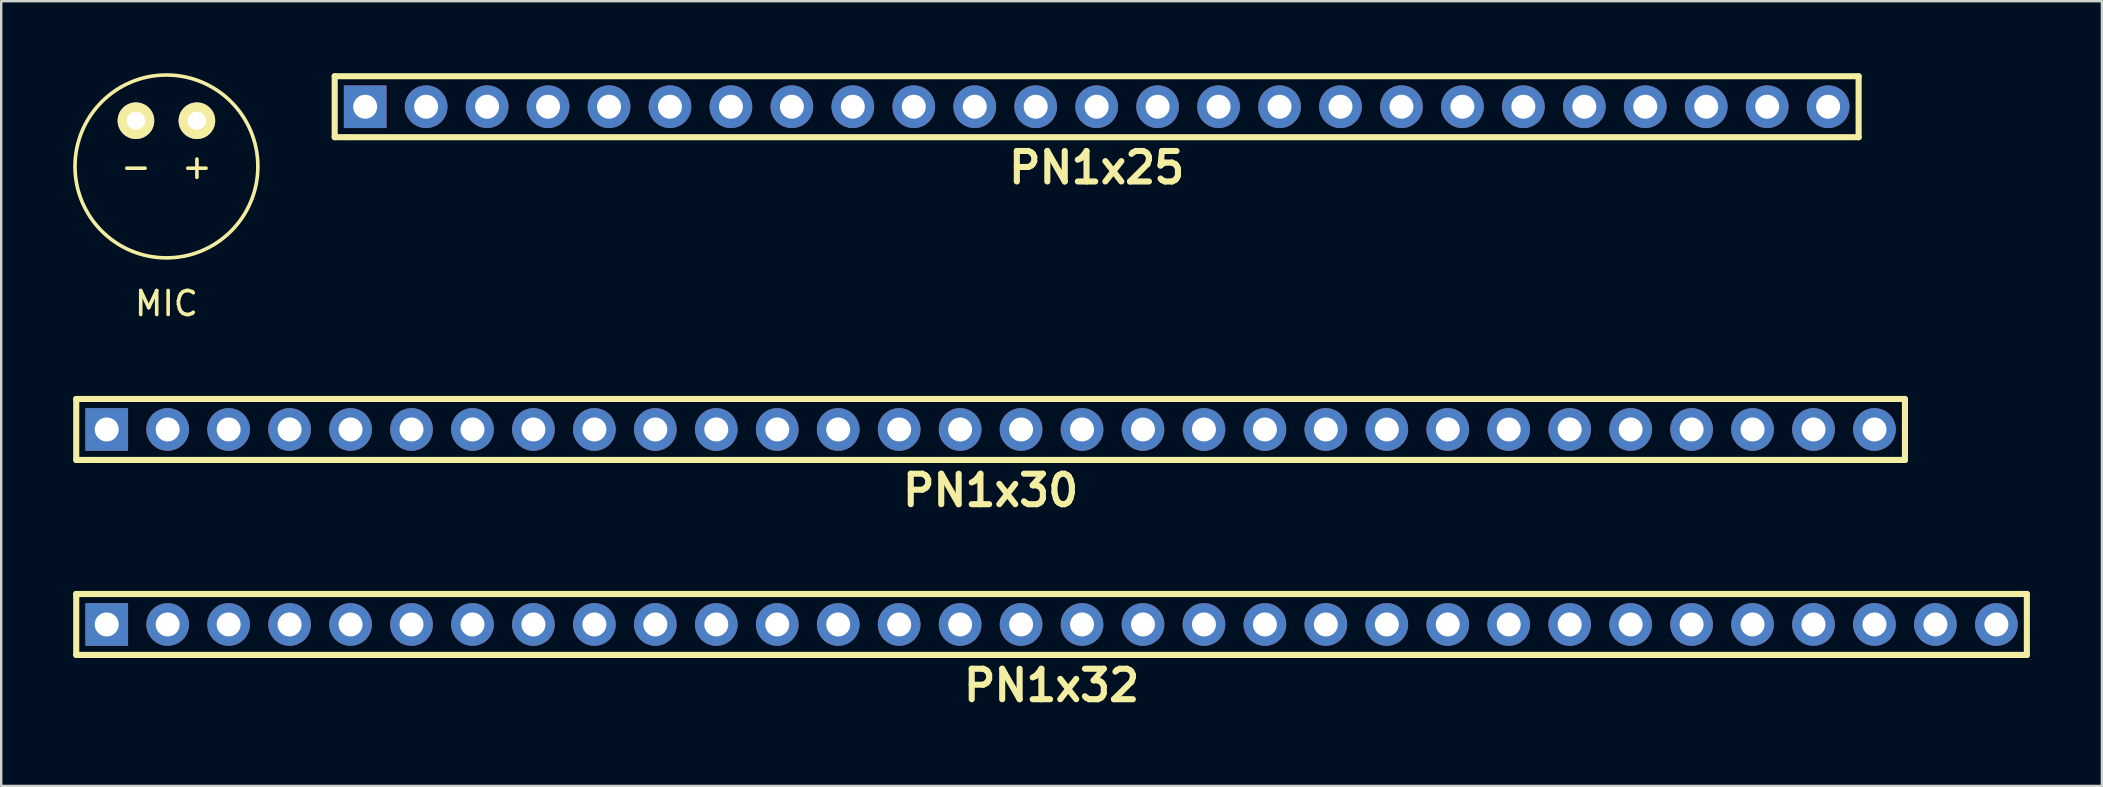
<source format=kicad_pcb>
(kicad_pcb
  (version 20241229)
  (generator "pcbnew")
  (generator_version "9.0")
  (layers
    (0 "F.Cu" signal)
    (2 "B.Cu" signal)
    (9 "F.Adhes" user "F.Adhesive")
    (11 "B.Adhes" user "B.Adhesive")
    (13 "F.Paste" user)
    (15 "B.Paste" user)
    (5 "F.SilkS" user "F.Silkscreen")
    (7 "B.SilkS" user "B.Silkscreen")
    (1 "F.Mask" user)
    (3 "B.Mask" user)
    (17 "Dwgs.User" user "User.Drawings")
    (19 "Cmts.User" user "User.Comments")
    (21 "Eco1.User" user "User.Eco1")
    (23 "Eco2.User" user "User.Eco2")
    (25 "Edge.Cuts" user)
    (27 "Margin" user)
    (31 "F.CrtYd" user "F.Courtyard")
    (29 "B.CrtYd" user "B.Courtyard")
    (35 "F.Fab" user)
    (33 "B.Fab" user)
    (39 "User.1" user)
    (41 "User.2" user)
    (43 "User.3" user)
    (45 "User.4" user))
  (footprint "PN1x32"
    (layer "F.Cu")
    (at 40.767 22.971)
    (property "Reference" "PN1x32" (at 0 2.54 0) (layer "F.SilkS") (effects (font (size 1.27 1.27) (thickness 0.254))))
    (attr smd)
    (fp_line (start -40.64 -1.27) (end -40.64 1.27) (stroke (width 0.254) (type solid)) (layer "F.SilkS"))
    (fp_line (start -40.64 -1.27) (end 40.64 -1.27) (stroke (width 0.254) (type solid)) (layer "F.SilkS"))
    (fp_line (start -40.132 1.27) (end -40.64 1.27) (stroke (width 0.254) (type solid)) (layer "F.SilkS"))
    (fp_line (start 40.64 -1.27) (end 40.64 1.27) (stroke (width 0.254) (type solid)) (layer "F.SilkS"))
    (fp_line (start 40.64 1.27) (end -40.132 1.27) (stroke (width 0.254) (type solid)) (layer "F.SilkS"))
    (pad "1" thru_hole rect (at -39.37 0) (size 1.778 1.778) (drill 1) (layers "*.Cu" "*.Mask"))
    (pad "2" thru_hole circle (at -36.83 0) (size 1.778 1.778) (drill 1) (layers "*.Cu" "*.Mask"))
    (pad "3" thru_hole circle (at -34.29 0) (size 1.778 1.778) (drill 1) (layers "*.Cu" "*.Mask"))
    (pad "4" thru_hole circle (at -31.75 0) (size 1.778 1.778) (drill 1) (layers "*.Cu" "*.Mask"))
    (pad "5" thru_hole circle (at -29.21 0) (size 1.778 1.778) (drill 1) (layers "*.Cu" "*.Mask"))
    (pad "6" thru_hole circle (at -26.67 0) (size 1.778 1.778) (drill 1) (layers "*.Cu" "*.Mask"))
    (pad "7" thru_hole circle (at -24.13 0) (size 1.778 1.778) (drill 1) (layers "*.Cu" "*.Mask"))
    (pad "8" thru_hole circle (at -21.59 0) (size 1.778 1.778) (drill 1) (layers "*.Cu" "*.Mask"))
    (pad "9" thru_hole circle (at -19.05 0) (size 1.778 1.778) (drill 1) (layers "*.Cu" "*.Mask"))
    (pad "10" thru_hole circle (at -16.51 0) (size 1.778 1.778) (drill 1) (layers "*.Cu" "*.Mask"))
    (pad "11" thru_hole circle (at -13.97 0) (size 1.778 1.778) (drill 1) (layers "*.Cu" "*.Mask"))
    (pad "12" thru_hole circle (at -11.43 0) (size 1.778 1.778) (drill 1) (layers "*.Cu" "*.Mask"))
    (pad "13" thru_hole circle (at -8.89 0) (size 1.778 1.778) (drill 1) (layers "*.Cu" "*.Mask"))
    (pad "14" thru_hole circle (at -6.35 0) (size 1.778 1.778) (drill 1) (layers "*.Cu" "*.Mask"))
    (pad "15" thru_hole circle (at -3.81 0) (size 1.778 1.778) (drill 1) (layers "*.Cu" "*.Mask"))
    (pad "16" thru_hole circle (at -1.27 0) (size 1.778 1.778) (drill 1) (layers "*.Cu" "*.Mask"))
    (pad "17" thru_hole circle (at 1.27 0) (size 1.778 1.778) (drill 1) (layers "*.Cu" "*.Mask"))
    (pad "18" thru_hole circle (at 3.81 0) (size 1.778 1.778) (drill 1) (layers "*.Cu" "*.Mask"))
    (pad "19" thru_hole circle (at 6.35 0) (size 1.778 1.778) (drill 1) (layers "*.Cu" "*.Mask"))
    (pad "20" thru_hole circle (at 8.89 0) (size 1.778 1.778) (drill 1) (layers "*.Cu" "*.Mask"))
    (pad "21" thru_hole circle (at 11.43 0) (size 1.778 1.778) (drill 1) (layers "*.Cu" "*.Mask"))
    (pad "22" thru_hole circle (at 13.97 0) (size 1.778 1.778) (drill 1) (layers "*.Cu" "*.Mask"))
    (pad "23" thru_hole circle (at 16.51 0) (size 1.778 1.778) (drill 1) (layers "*.Cu" "*.Mask"))
    (pad "24" thru_hole circle (at 19.05 0) (size 1.778 1.778) (drill 1) (layers "*.Cu" "*.Mask"))
    (pad "25" thru_hole circle (at 21.59 0) (size 1.778 1.778) (drill 1) (layers "*.Cu" "*.Mask"))
    (pad "26" thru_hole circle (at 24.13 0) (size 1.778 1.778) (drill 1) (layers "*.Cu" "*.Mask"))
    (pad "27" thru_hole circle (at 26.67 0) (size 1.778 1.778) (drill 1) (layers "*.Cu" "*.Mask"))
    (pad "28" thru_hole circle (at 29.21 0) (size 1.778 1.778) (drill 1) (layers "*.Cu" "*.Mask"))
    (pad "29" thru_hole circle (at 31.75 0) (size 1.778 1.778) (drill 1) (layers "*.Cu" "*.Mask"))
    (pad "30" thru_hole circle (at 34.29 0) (size 1.778 1.778) (drill 1) (layers "*.Cu" "*.Mask"))
    (pad "31" thru_hole circle (at 36.83 0) (size 1.778 1.778) (drill 1) (layers "*.Cu" "*.Mask"))
    (pad "32" thru_hole circle (at 39.37 0) (size 1.778 1.778) (drill 1) (layers "*.Cu" "*.Mask")))
  (footprint "MIC"
    (layer "F.Cu")
    (at 3.885 3.885)
    (property "Reference" "MIC" (at 0 5.715 0) (layer "F.SilkS") (effects (font (size 1 1) (thickness 0.15))))
    (attr smd)
    (fp_circle (center 0 0) (end 3.81 0) (stroke (width 0.15) (type solid)) (fill no) (layer "F.SilkS"))
    (fp_text user "+" (at 1.27 0 0) (layer "F.SilkS") (effects (font (size 1 1) (thickness 0.15))))
    (fp_text user "-" (at -1.27 0 0) (layer "F.SilkS") (effects (font (size 1 1) (thickness 0.15))))
    (pad "1" thru_hole circle (at -1.27 -1.905) (size 1.524 1.524) (drill 0.762) (layers "*.Cu" "*.Mask" "F.SilkS"))
    (pad "2" thru_hole circle (at 1.27 -1.905) (size 1.524 1.524) (drill 0.762) (layers "*.Cu" "*.Mask" "F.SilkS")))
  (footprint "PN1x25"
    (layer "F.Cu")
    (at 42.647 1.397)
    (property "Reference" "PN1x25" (at 0 2.54 0) (layer "F.SilkS") (effects (font (size 1.27 1.27) (thickness 0.254))))
    (attr smd)
    (fp_line (start -31.75 -1.27) (end -31.75 1.27) (stroke (width 0.254) (type solid)) (layer "F.SilkS"))
    (fp_line (start -31.75 -1.27) (end 31.75 -1.27) (stroke (width 0.254) (type solid)) (layer "F.SilkS"))
    (fp_line (start -31.242 1.27) (end -31.75 1.27) (stroke (width 0.254) (type solid)) (layer "F.SilkS"))
    (fp_line (start 31.75 -1.27) (end 31.75 1.27) (stroke (width 0.254) (type solid)) (layer "F.SilkS"))
    (fp_line (start 31.75 1.27) (end -31.242 1.27) (stroke (width 0.254) (type solid)) (layer "F.SilkS"))
    (pad "1" thru_hole rect (at -30.48 0) (size 1.778 1.778) (drill 1) (layers "*.Cu" "*.Mask"))
    (pad "2" thru_hole circle (at -27.94 0) (size 1.778 1.778) (drill 1) (layers "*.Cu" "*.Mask"))
    (pad "3" thru_hole circle (at -25.4 0) (size 1.778 1.778) (drill 1) (layers "*.Cu" "*.Mask"))
    (pad "4" thru_hole circle (at -22.86 0) (size 1.778 1.778) (drill 1) (layers "*.Cu" "*.Mask"))
    (pad "5" thru_hole circle (at -20.32 0) (size 1.778 1.778) (drill 1) (layers "*.Cu" "*.Mask"))
    (pad "6" thru_hole circle (at -17.78 0) (size 1.778 1.778) (drill 1) (layers "*.Cu" "*.Mask"))
    (pad "7" thru_hole circle (at -15.24 0) (size 1.778 1.778) (drill 1) (layers "*.Cu" "*.Mask"))
    (pad "8" thru_hole circle (at -12.7 0) (size 1.778 1.778) (drill 1) (layers "*.Cu" "*.Mask"))
    (pad "9" thru_hole circle (at -10.16 0) (size 1.778 1.778) (drill 1) (layers "*.Cu" "*.Mask"))
    (pad "10" thru_hole circle (at -7.62 0) (size 1.778 1.778) (drill 1) (layers "*.Cu" "*.Mask"))
    (pad "11" thru_hole circle (at -5.08 0) (size 1.778 1.778) (drill 1) (layers "*.Cu" "*.Mask"))
    (pad "12" thru_hole circle (at -2.54 0) (size 1.778 1.778) (drill 1) (layers "*.Cu" "*.Mask"))
    (pad "13" thru_hole circle (at 0 0) (size 1.778 1.778) (drill 1) (layers "*.Cu" "*.Mask"))
    (pad "14" thru_hole circle (at 2.54 0) (size 1.778 1.778) (drill 1) (layers "*.Cu" "*.Mask"))
    (pad "15" thru_hole circle (at 5.08 0) (size 1.778 1.778) (drill 1) (layers "*.Cu" "*.Mask"))
    (pad "16" thru_hole circle (at 7.62 0) (size 1.778 1.778) (drill 1) (layers "*.Cu" "*.Mask"))
    (pad "17" thru_hole circle (at 10.16 0) (size 1.778 1.778) (drill 1) (layers "*.Cu" "*.Mask"))
    (pad "18" thru_hole circle (at 12.7 0) (size 1.778 1.778) (drill 1) (layers "*.Cu" "*.Mask"))
    (pad "19" thru_hole circle (at 15.24 0) (size 1.778 1.778) (drill 1) (layers "*.Cu" "*.Mask"))
    (pad "20" thru_hole circle (at 17.78 0) (size 1.778 1.778) (drill 1) (layers "*.Cu" "*.Mask"))
    (pad "21" thru_hole circle (at 20.32 0) (size 1.778 1.778) (drill 1) (layers "*.Cu" "*.Mask"))
    (pad "22" thru_hole circle (at 22.86 0) (size 1.778 1.778) (drill 1) (layers "*.Cu" "*.Mask"))
    (pad "23" thru_hole circle (at 25.4 0) (size 1.778 1.778) (drill 1) (layers "*.Cu" "*.Mask"))
    (pad "24" thru_hole circle (at 27.94 0) (size 1.778 1.778) (drill 1) (layers "*.Cu" "*.Mask"))
    (pad "25" thru_hole circle (at 30.48 0) (size 1.778 1.778) (drill 1) (layers "*.Cu" "*.Mask")))
  (footprint "PN1x30"
    (layer "F.Cu")
    (at 38.227 14.845)
    (property "Reference" "PN1x30" (at 0 2.54 0) (layer "F.SilkS") (effects (font (size 1.27 1.27) (thickness 0.254))))
    (attr smd)
    (fp_line (start -38.1 -1.27) (end -38.1 1.27) (stroke (width 0.254) (type solid)) (layer "F.SilkS"))
    (fp_line (start -38.1 -1.27) (end 38.1 -1.27) (stroke (width 0.254) (type solid)) (layer "F.SilkS"))
    (fp_line (start -37.592 1.27) (end -38.1 1.27) (stroke (width 0.254) (type solid)) (layer "F.SilkS"))
    (fp_line (start 38.1 -1.27) (end 38.1 1.27) (stroke (width 0.254) (type solid)) (layer "F.SilkS"))
    (fp_line (start 38.1 1.27) (end -37.592 1.27) (stroke (width 0.254) (type solid)) (layer "F.SilkS"))
    (pad "1" thru_hole rect (at -36.83 0) (size 1.778 1.778) (drill 1) (layers "*.Cu" "*.Mask"))
    (pad "2" thru_hole circle (at -34.29 0) (size 1.778 1.778) (drill 1) (layers "*.Cu" "*.Mask"))
    (pad "3" thru_hole circle (at -31.75 0) (size 1.778 1.778) (drill 1) (layers "*.Cu" "*.Mask"))
    (pad "4" thru_hole circle (at -29.21 0) (size 1.778 1.778) (drill 1) (layers "*.Cu" "*.Mask"))
    (pad "5" thru_hole circle (at -26.67 0) (size 1.778 1.778) (drill 1) (layers "*.Cu" "*.Mask"))
    (pad "6" thru_hole circle (at -24.13 0) (size 1.778 1.778) (drill 1) (layers "*.Cu" "*.Mask"))
    (pad "7" thru_hole circle (at -21.59 0) (size 1.778 1.778) (drill 1) (layers "*.Cu" "*.Mask"))
    (pad "8" thru_hole circle (at -19.05 0) (size 1.778 1.778) (drill 1) (layers "*.Cu" "*.Mask"))
    (pad "9" thru_hole circle (at -16.51 0) (size 1.778 1.778) (drill 1) (layers "*.Cu" "*.Mask"))
    (pad "10" thru_hole circle (at -13.97 0) (size 1.778 1.778) (drill 1) (layers "*.Cu" "*.Mask"))
    (pad "11" thru_hole circle (at -11.43 0) (size 1.778 1.778) (drill 1) (layers "*.Cu" "*.Mask"))
    (pad "12" thru_hole circle (at -8.89 0) (size 1.778 1.778) (drill 1) (layers "*.Cu" "*.Mask"))
    (pad "13" thru_hole circle (at -6.35 0) (size 1.778 1.778) (drill 1) (layers "*.Cu" "*.Mask"))
    (pad "14" thru_hole circle (at -3.81 0) (size 1.778 1.778) (drill 1) (layers "*.Cu" "*.Mask"))
    (pad "15" thru_hole circle (at -1.27 0) (size 1.778 1.778) (drill 1) (layers "*.Cu" "*.Mask"))
    (pad "16" thru_hole circle (at 1.27 0) (size 1.778 1.778) (drill 1) (layers "*.Cu" "*.Mask"))
    (pad "17" thru_hole circle (at 3.81 0) (size 1.778 1.778) (drill 1) (layers "*.Cu" "*.Mask"))
    (pad "18" thru_hole circle (at 6.35 0) (size 1.778 1.778) (drill 1) (layers "*.Cu" "*.Mask"))
    (pad "19" thru_hole circle (at 8.89 0) (size 1.778 1.778) (drill 1) (layers "*.Cu" "*.Mask"))
    (pad "20" thru_hole circle (at 11.43 0) (size 1.778 1.778) (drill 1) (layers "*.Cu" "*.Mask"))
    (pad "21" thru_hole circle (at 13.97 0) (size 1.778 1.778) (drill 1) (layers "*.Cu" "*.Mask"))
    (pad "22" thru_hole circle (at 16.51 0) (size 1.778 1.778) (drill 1) (layers "*.Cu" "*.Mask"))
    (pad "23" thru_hole circle (at 19.05 0) (size 1.778 1.778) (drill 1) (layers "*.Cu" "*.Mask"))
    (pad "24" thru_hole circle (at 21.59 0) (size 1.778 1.778) (drill 1) (layers "*.Cu" "*.Mask"))
    (pad "25" thru_hole circle (at 24.13 0) (size 1.778 1.778) (drill 1) (layers "*.Cu" "*.Mask"))
    (pad "26" thru_hole circle (at 26.67 0) (size 1.778 1.778) (drill 1) (layers "*.Cu" "*.Mask"))
    (pad "27" thru_hole circle (at 29.21 0) (size 1.778 1.778) (drill 1) (layers "*.Cu" "*.Mask"))
    (pad "28" thru_hole circle (at 31.75 0) (size 1.778 1.778) (drill 1) (layers "*.Cu" "*.Mask"))
    (pad "29" thru_hole circle (at 34.29 0) (size 1.778 1.778) (drill 1) (layers "*.Cu" "*.Mask"))
    (pad "30" thru_hole circle (at 36.83 0) (size 1.778 1.778) (drill 1) (layers "*.Cu" "*.Mask")))
  (gr_rect
    (start -3 -3)
    (end 84.534 29.7)
    (stroke (width 0.1) (type default))
    (fill no)
    (layer "Edge.Cuts")))
</source>
